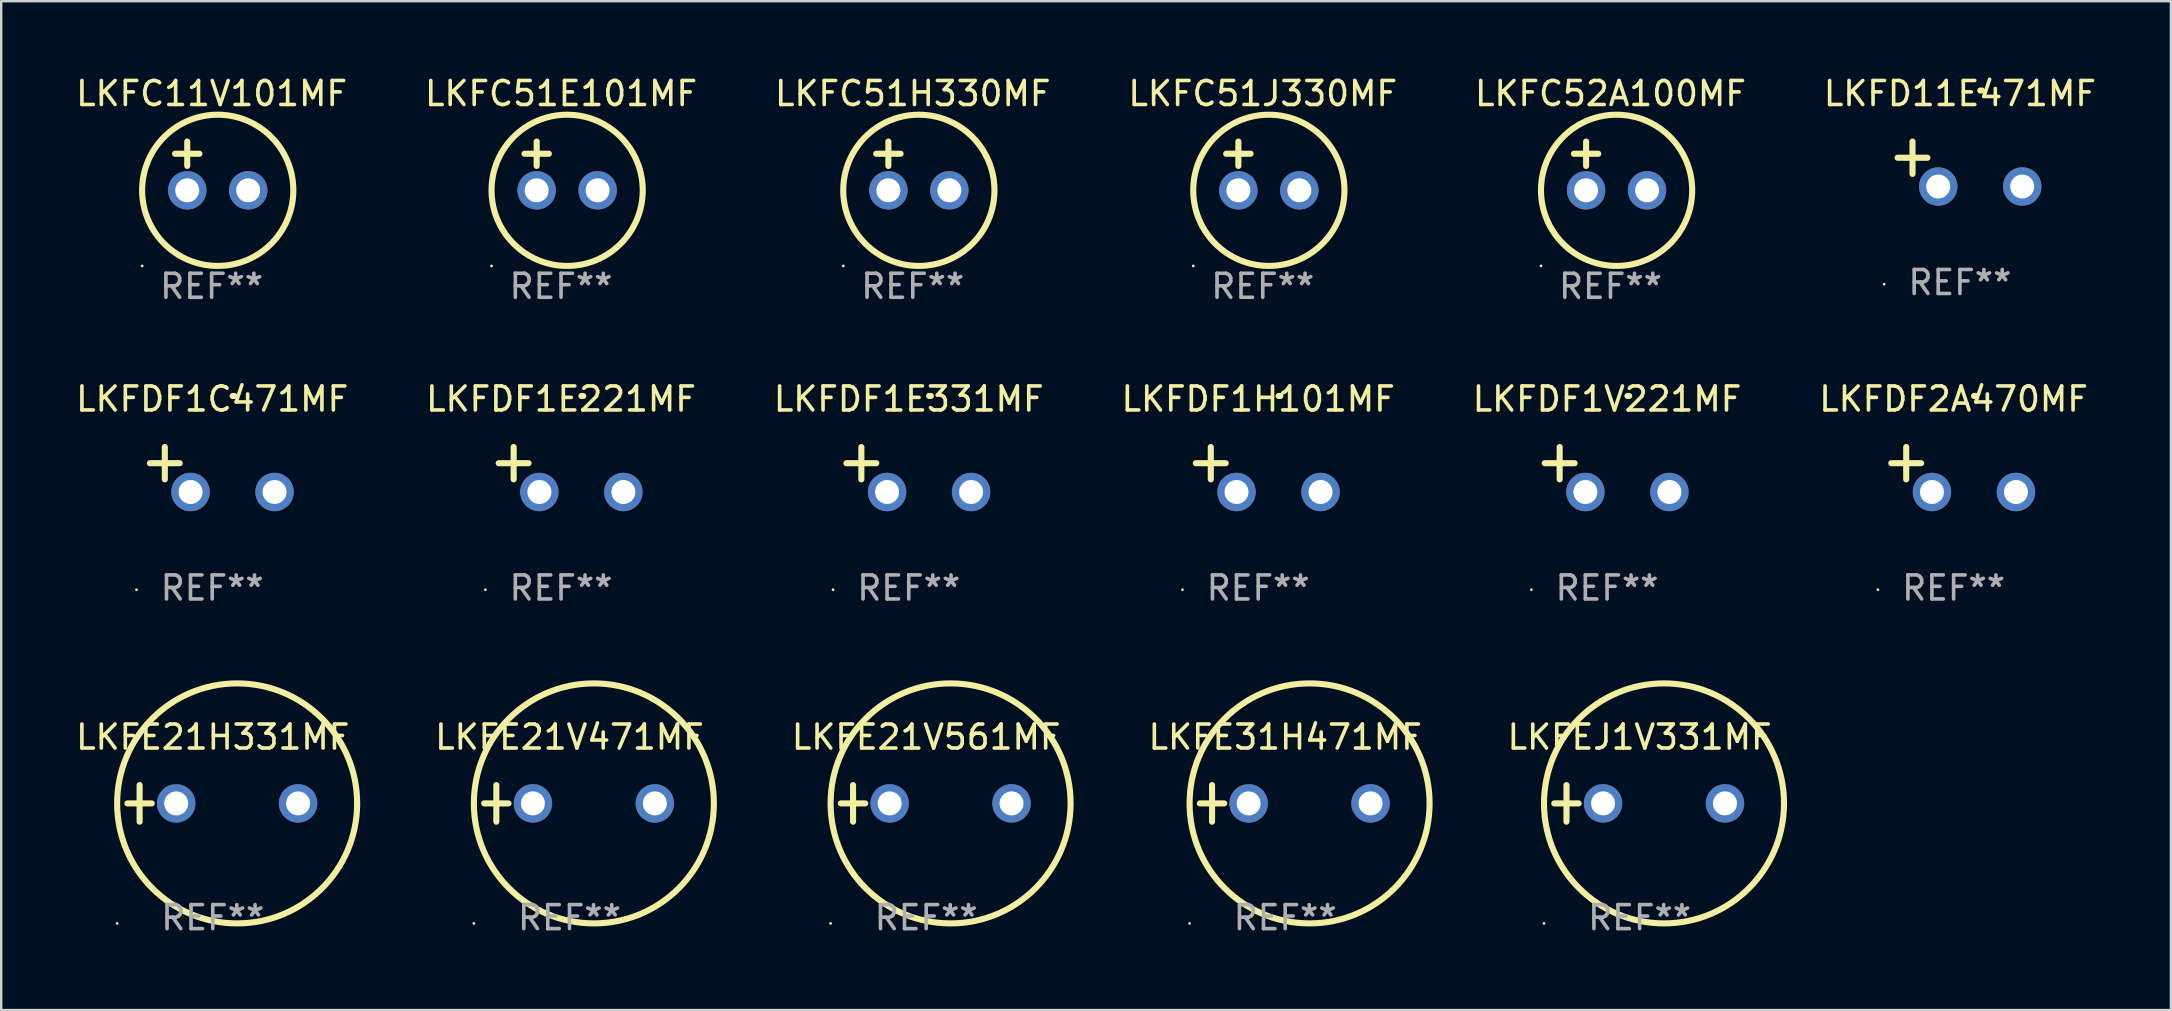
<source format=kicad_pcb>
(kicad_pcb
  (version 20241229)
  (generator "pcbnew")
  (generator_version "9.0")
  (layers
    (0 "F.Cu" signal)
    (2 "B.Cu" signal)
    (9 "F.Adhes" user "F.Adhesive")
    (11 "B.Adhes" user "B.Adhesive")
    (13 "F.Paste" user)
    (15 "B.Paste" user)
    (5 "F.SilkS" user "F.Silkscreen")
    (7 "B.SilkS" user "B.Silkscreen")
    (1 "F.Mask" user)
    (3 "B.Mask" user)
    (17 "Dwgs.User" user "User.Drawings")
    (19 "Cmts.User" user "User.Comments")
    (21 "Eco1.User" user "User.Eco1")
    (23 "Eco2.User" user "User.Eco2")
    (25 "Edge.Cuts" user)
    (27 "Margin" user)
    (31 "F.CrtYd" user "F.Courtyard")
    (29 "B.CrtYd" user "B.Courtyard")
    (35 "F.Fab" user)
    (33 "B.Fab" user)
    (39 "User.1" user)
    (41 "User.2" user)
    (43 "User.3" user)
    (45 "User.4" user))
  (footprint "LKFE21V561MF"
    (layer "F.Cu")
    (at 35.542 30.425)
    (property "Reference" "LKFE21V561MF" (at 0 -2.762 0) (layer "F.SilkS") (effects (font (size 1 1) (thickness 0.15))))
    (attr through_hole)
    (fp_line (start -3.556 0) (end -2.54 0) (stroke (width 0.254) (type solid)) (layer "F.SilkS"))
    (fp_line (start -3.048 -0.762) (end -3.048 0.762) (stroke (width 0.254) (type solid)) (layer "F.SilkS"))
    (fp_circle (center -3.984 5) (end -3.954 5) (stroke (width 0.06) (type solid)) (fill no) (layer "F.SilkS"))
    (fp_circle (center 1.016 0) (end 6.016 0) (stroke (width 0.254) (type solid)) (fill no) (layer "F.SilkS"))
    (fp_text user "REF**" (at 0 4.762 0) (layer "F.Fab") (effects (font (size 1 1) (thickness 0.15))))
    (pad "1" thru_hole circle (at -1.524 0) (size 1.6 1.6) (drill 1) (layers "*.Cu" "*.Mask"))
    (pad "2" thru_hole circle (at 3.556 0) (size 1.6 1.6) (drill 1) (layers "*.Cu" "*.Mask")))
  (footprint "LKFC51E101MF"
    (layer "F.Cu")
    (at 20.327 3.864)
    (property "Reference" "LKFC51E101MF" (at 0 -3.016 0) (layer "F.SilkS") (effects (font (size 1 1) (thickness 0.15))))
    (attr through_hole)
    (fp_line (start -1.524 -0.508) (end -0.508 -0.508) (stroke (width 0.254) (type solid)) (layer "F.SilkS"))
    (fp_line (start -1.016 -1.016) (end -1.016 0) (stroke (width 0.254) (type solid)) (layer "F.SilkS"))
    (fp_circle (center -2.896 4.166) (end -2.866 4.166) (stroke (width 0.06) (type solid)) (fill no) (layer "F.SilkS"))
    (fp_circle (center 0.254 1.016) (end 3.404 1.016) (stroke (width 0.254) (type solid)) (fill no) (layer "F.SilkS"))
    (fp_text user "REF**" (at 0 5.016 0) (layer "F.Fab") (effects (font (size 1 1) (thickness 0.15))))
    (pad "1" thru_hole circle (at -1.016 1.016) (size 1.6 1.6) (drill 1) (layers "*.Cu" "*.Mask"))
    (pad "2" thru_hole circle (at 1.524 1.016) (size 1.6 1.6) (drill 1) (layers "*.Cu" "*.Mask")))
  (footprint "LKFDF1H101MF"
    (layer "F.Cu")
    (at 49.375 16.513)
    (property "Reference" "LKFDF1H101MF" (at 0 -2.937 0) (layer "F.SilkS") (effects (font (size 1 1) (thickness 0.15))))
    (attr through_hole)
    (fp_line (start -1.975 0.41) (end -1.975 -0.937) (stroke (width 0.254) (type solid)) (layer "F.SilkS"))
    (fp_line (start -1.353 -0.263) (end -2.597 -0.263) (stroke (width 0.254) (type solid)) (layer "F.SilkS"))
    (fp_arc (start 0.849809 -3.063957) (mid 0.885369 -3.064114) (end 0.920929 -3.063957) (stroke (width 0.254001) (type solid)) (layer "F.SilkS"))
    (fp_circle (center -3.154 5.008) (end -3.124 5.008) (stroke (width 0.06) (type solid)) (fill no) (layer "F.SilkS"))
    (fp_text user "REF**" (at 0 4.937 0) (layer "F.Fab") (effects (font (size 1 1) (thickness 0.15))))
    (pad "1" thru_hole circle (at -0.903 0.937) (size 1.6 1.6) (drill 1) (layers "*.Cu" "*.Mask"))
    (pad "2" thru_hole circle (at 2.597 0.937) (size 1.6 1.6) (drill 1) (layers "*.Cu" "*.Mask")))
  (footprint "LKFE21V471MF"
    (layer "F.Cu")
    (at 20.679 30.425)
    (property "Reference" "LKFE21V471MF" (at 0 -2.762 0) (layer "F.SilkS") (effects (font (size 1 1) (thickness 0.15))))
    (attr through_hole)
    (fp_line (start -3.556 0) (end -2.54 0) (stroke (width 0.254) (type solid)) (layer "F.SilkS"))
    (fp_line (start -3.048 -0.762) (end -3.048 0.762) (stroke (width 0.254) (type solid)) (layer "F.SilkS"))
    (fp_circle (center -3.984 5) (end -3.954 5) (stroke (width 0.06) (type solid)) (fill no) (layer "F.SilkS"))
    (fp_circle (center 1.016 0) (end 6.016 0) (stroke (width 0.254) (type solid)) (fill no) (layer "F.SilkS"))
    (fp_text user "REF**" (at 0 4.762 0) (layer "F.Fab") (effects (font (size 1 1) (thickness 0.15))))
    (pad "1" thru_hole circle (at -1.524 0) (size 1.6 1.6) (drill 1) (layers "*.Cu" "*.Mask"))
    (pad "2" thru_hole circle (at 3.556 0) (size 1.6 1.6) (drill 1) (layers "*.Cu" "*.Mask")))
  (footprint "LKFDF1V221MF"
    (layer "F.Cu")
    (at 63.911 16.513)
    (property "Reference" "LKFDF1V221MF" (at 0 -2.937 0) (layer "F.SilkS") (effects (font (size 1 1) (thickness 0.15))))
    (attr through_hole)
    (fp_line (start -1.975 0.41) (end -1.975 -0.937) (stroke (width 0.254) (type solid)) (layer "F.SilkS"))
    (fp_line (start -1.353 -0.263) (end -2.597 -0.263) (stroke (width 0.254) (type solid)) (layer "F.SilkS"))
    (fp_arc (start 0.849809 -3.063957) (mid 0.885369 -3.064114) (end 0.920929 -3.063957) (stroke (width 0.254001) (type solid)) (layer "F.SilkS"))
    (fp_circle (center -3.154 5.008) (end -3.124 5.008) (stroke (width 0.06) (type solid)) (fill no) (layer "F.SilkS"))
    (fp_text user "REF**" (at 0 4.937 0) (layer "F.Fab") (effects (font (size 1 1) (thickness 0.15))))
    (pad "1" thru_hole circle (at -0.903 0.937) (size 1.6 1.6) (drill 1) (layers "*.Cu" "*.Mask"))
    (pad "2" thru_hole circle (at 2.597 0.937) (size 1.6 1.6) (drill 1) (layers "*.Cu" "*.Mask")))
  (footprint "LKFC51H330MF"
    (layer "F.Cu")
    (at 34.982 3.864)
    (property "Reference" "LKFC51H330MF" (at 0 -3.016 0) (layer "F.SilkS") (effects (font (size 1 1) (thickness 0.15))))
    (attr through_hole)
    (fp_line (start -1.524 -0.508) (end -0.508 -0.508) (stroke (width 0.254) (type solid)) (layer "F.SilkS"))
    (fp_line (start -1.016 -1.016) (end -1.016 0) (stroke (width 0.254) (type solid)) (layer "F.SilkS"))
    (fp_circle (center -2.896 4.166) (end -2.866 4.166) (stroke (width 0.06) (type solid)) (fill no) (layer "F.SilkS"))
    (fp_circle (center 0.254 1.016) (end 3.404 1.016) (stroke (width 0.254) (type solid)) (fill no) (layer "F.SilkS"))
    (fp_text user "REF**" (at 0 5.016 0) (layer "F.Fab") (effects (font (size 1 1) (thickness 0.15))))
    (pad "1" thru_hole circle (at -1.016 1.016) (size 1.6 1.6) (drill 1) (layers "*.Cu" "*.Mask"))
    (pad "2" thru_hole circle (at 1.524 1.016) (size 1.6 1.6) (drill 1) (layers "*.Cu" "*.Mask")))
  (footprint "LKFE31H471MF"
    (layer "F.Cu")
    (at 50.5 30.425)
    (property "Reference" "LKFE31H471MF" (at 0 -2.762 0) (layer "F.SilkS") (effects (font (size 1 1) (thickness 0.15))))
    (attr through_hole)
    (fp_line (start -3.556 0) (end -2.54 0) (stroke (width 0.254) (type solid)) (layer "F.SilkS"))
    (fp_line (start -3.048 -0.762) (end -3.048 0.762) (stroke (width 0.254) (type solid)) (layer "F.SilkS"))
    (fp_circle (center -3.984 5) (end -3.954 5) (stroke (width 0.06) (type solid)) (fill no) (layer "F.SilkS"))
    (fp_circle (center 1.016 0) (end 6.016 0) (stroke (width 0.254) (type solid)) (fill no) (layer "F.SilkS"))
    (fp_text user "REF**" (at 0 4.762 0) (layer "F.Fab") (effects (font (size 1 1) (thickness 0.15))))
    (pad "1" thru_hole circle (at -1.524 0) (size 1.6 1.6) (drill 1) (layers "*.Cu" "*.Mask"))
    (pad "2" thru_hole circle (at 3.556 0) (size 1.6 1.6) (drill 1) (layers "*.Cu" "*.Mask")))
  (footprint "LKFDF1C471MF"
    (layer "F.Cu")
    (at 5.792 16.513)
    (property "Reference" "LKFDF1C471MF" (at 0 -2.937 0) (layer "F.SilkS") (effects (font (size 1 1) (thickness 0.15))))
    (attr through_hole)
    (fp_line (start -1.975 0.41) (end -1.975 -0.937) (stroke (width 0.254) (type solid)) (layer "F.SilkS"))
    (fp_line (start -1.353 -0.263) (end -2.597 -0.263) (stroke (width 0.254) (type solid)) (layer "F.SilkS"))
    (fp_arc (start 0.849809 -3.063957) (mid 0.885369 -3.064114) (end 0.920929 -3.063957) (stroke (width 0.254001) (type solid)) (layer "F.SilkS"))
    (fp_circle (center -3.154 5.008) (end -3.124 5.008) (stroke (width 0.06) (type solid)) (fill no) (layer "F.SilkS"))
    (fp_text user "REF**" (at 0 4.937 0) (layer "F.Fab") (effects (font (size 1 1) (thickness 0.15))))
    (pad "1" thru_hole circle (at -0.903 0.937) (size 1.6 1.6) (drill 1) (layers "*.Cu" "*.Mask"))
    (pad "2" thru_hole circle (at 2.597 0.937) (size 1.6 1.6) (drill 1) (layers "*.Cu" "*.Mask")))
  (footprint "LKFC52A100MF"
    (layer "F.Cu")
    (at 64.054 3.864)
    (property "Reference" "LKFC52A100MF" (at 0 -3.016 0) (layer "F.SilkS") (effects (font (size 1 1) (thickness 0.15))))
    (attr through_hole)
    (fp_line (start -1.524 -0.508) (end -0.508 -0.508) (stroke (width 0.254) (type solid)) (layer "F.SilkS"))
    (fp_line (start -1.016 -1.016) (end -1.016 0) (stroke (width 0.254) (type solid)) (layer "F.SilkS"))
    (fp_circle (center -2.896 4.166) (end -2.866 4.166) (stroke (width 0.06) (type solid)) (fill no) (layer "F.SilkS"))
    (fp_circle (center 0.254 1.016) (end 3.404 1.016) (stroke (width 0.254) (type solid)) (fill no) (layer "F.SilkS"))
    (fp_text user "REF**" (at 0 5.016 0) (layer "F.Fab") (effects (font (size 1 1) (thickness 0.15))))
    (pad "1" thru_hole circle (at -1.016 1.016) (size 1.6 1.6) (drill 1) (layers "*.Cu" "*.Mask"))
    (pad "2" thru_hole circle (at 1.524 1.016) (size 1.6 1.6) (drill 1) (layers "*.Cu" "*.Mask")))
  (footprint "LKFDF1E221MF"
    (layer "F.Cu")
    (at 20.327 16.513)
    (property "Reference" "LKFDF1E221MF" (at 0 -2.937 0) (layer "F.SilkS") (effects (font (size 1 1) (thickness 0.15))))
    (attr through_hole)
    (fp_line (start -1.975 0.41) (end -1.975 -0.937) (stroke (width 0.254) (type solid)) (layer "F.SilkS"))
    (fp_line (start -1.353 -0.263) (end -2.597 -0.263) (stroke (width 0.254) (type solid)) (layer "F.SilkS"))
    (fp_arc (start 0.849809 -3.063957) (mid 0.885369 -3.064114) (end 0.920929 -3.063957) (stroke (width 0.254001) (type solid)) (layer "F.SilkS"))
    (fp_circle (center -3.154 5.008) (end -3.124 5.008) (stroke (width 0.06) (type solid)) (fill no) (layer "F.SilkS"))
    (fp_text user "REF**" (at 0 4.937 0) (layer "F.Fab") (effects (font (size 1 1) (thickness 0.15))))
    (pad "1" thru_hole circle (at -0.903 0.937) (size 1.6 1.6) (drill 1) (layers "*.Cu" "*.Mask"))
    (pad "2" thru_hole circle (at 2.597 0.937) (size 1.6 1.6) (drill 1) (layers "*.Cu" "*.Mask")))
  (footprint "LKFDF1E331MF"
    (layer "F.Cu")
    (at 34.815 16.513)
    (property "Reference" "LKFDF1E331MF" (at 0 -2.937 0) (layer "F.SilkS") (effects (font (size 1 1) (thickness 0.15))))
    (attr through_hole)
    (fp_line (start -1.975 0.41) (end -1.975 -0.937) (stroke (width 0.254) (type solid)) (layer "F.SilkS"))
    (fp_line (start -1.353 -0.263) (end -2.597 -0.263) (stroke (width 0.254) (type solid)) (layer "F.SilkS"))
    (fp_arc (start 0.849809 -3.063957) (mid 0.885369 -3.064114) (end 0.920929 -3.063957) (stroke (width 0.254001) (type solid)) (layer "F.SilkS"))
    (fp_circle (center -3.154 5.008) (end -3.124 5.008) (stroke (width 0.06) (type solid)) (fill no) (layer "F.SilkS"))
    (fp_text user "REF**" (at 0 4.937 0) (layer "F.Fab") (effects (font (size 1 1) (thickness 0.15))))
    (pad "1" thru_hole circle (at -0.903 0.937) (size 1.6 1.6) (drill 1) (layers "*.Cu" "*.Mask"))
    (pad "2" thru_hole circle (at 2.597 0.937) (size 1.6 1.6) (drill 1) (layers "*.Cu" "*.Mask")))
  (footprint "LKFEJ1V331MF"
    (layer "F.Cu")
    (at 65.268 30.425)
    (property "Reference" "LKFEJ1V331MF" (at 0 -2.762 0) (layer "F.SilkS") (effects (font (size 1 1) (thickness 0.15))))
    (attr through_hole)
    (fp_line (start -3.556 0) (end -2.54 0) (stroke (width 0.254) (type solid)) (layer "F.SilkS"))
    (fp_line (start -3.048 -0.762) (end -3.048 0.762) (stroke (width 0.254) (type solid)) (layer "F.SilkS"))
    (fp_circle (center -3.984 5) (end -3.954 5) (stroke (width 0.06) (type solid)) (fill no) (layer "F.SilkS"))
    (fp_circle (center 1.016 0) (end 6.016 0) (stroke (width 0.254) (type solid)) (fill no) (layer "F.SilkS"))
    (fp_text user "REF**" (at 0 4.762 0) (layer "F.Fab") (effects (font (size 1 1) (thickness 0.15))))
    (pad "1" thru_hole circle (at -1.524 0) (size 1.6 1.6) (drill 1) (layers "*.Cu" "*.Mask"))
    (pad "2" thru_hole circle (at 3.556 0) (size 1.6 1.6) (drill 1) (layers "*.Cu" "*.Mask")))
  (footprint "LKFC11V101MF"
    (layer "F.Cu")
    (at 5.768 3.864)
    (property "Reference" "LKFC11V101MF" (at 0 -3.016 0) (layer "F.SilkS") (effects (font (size 1 1) (thickness 0.15))))
    (attr through_hole)
    (fp_line (start -1.524 -0.508) (end -0.508 -0.508) (stroke (width 0.254) (type solid)) (layer "F.SilkS"))
    (fp_line (start -1.016 -1.016) (end -1.016 0) (stroke (width 0.254) (type solid)) (layer "F.SilkS"))
    (fp_circle (center -2.896 4.166) (end -2.866 4.166) (stroke (width 0.06) (type solid)) (fill no) (layer "F.SilkS"))
    (fp_circle (center 0.254 1.016) (end 3.404 1.016) (stroke (width 0.254) (type solid)) (fill no) (layer "F.SilkS"))
    (fp_text user "REF**" (at 0 5.016 0) (layer "F.Fab") (effects (font (size 1 1) (thickness 0.15))))
    (pad "1" thru_hole circle (at -1.016 1.016) (size 1.6 1.6) (drill 1) (layers "*.Cu" "*.Mask"))
    (pad "2" thru_hole circle (at 1.524 1.016) (size 1.6 1.6) (drill 1) (layers "*.Cu" "*.Mask")))
  (footprint "LKFD11E471MF"
    (layer "F.Cu")
    (at 78.613 3.785)
    (property "Reference" "LKFD11E471MF" (at 0 -2.937 0) (layer "F.SilkS") (effects (font (size 1 1) (thickness 0.15))))
    (attr through_hole)
    (fp_line (start -1.975 0.41) (end -1.975 -0.937) (stroke (width 0.254) (type solid)) (layer "F.SilkS"))
    (fp_line (start -1.353 -0.263) (end -2.597 -0.263) (stroke (width 0.254) (type solid)) (layer "F.SilkS"))
    (fp_arc (start 0.849809 -3.063957) (mid 0.885369 -3.064114) (end 0.920929 -3.063957) (stroke (width 0.254001) (type solid)) (layer "F.SilkS"))
    (fp_circle (center -3.154 5.008) (end -3.124 5.008) (stroke (width 0.06) (type solid)) (fill no) (layer "F.SilkS"))
    (fp_text user "REF**" (at 0 4.937 0) (layer "F.Fab") (effects (font (size 1 1) (thickness 0.15))))
    (pad "1" thru_hole circle (at -0.903 0.937) (size 1.6 1.6) (drill 1) (layers "*.Cu" "*.Mask"))
    (pad "2" thru_hole circle (at 2.597 0.937) (size 1.6 1.6) (drill 1) (layers "*.Cu" "*.Mask")))
  (footprint "LKFE21H331MF"
    (layer "F.Cu")
    (at 5.815 30.425)
    (property "Reference" "LKFE21H331MF" (at 0 -2.762 0) (layer "F.SilkS") (effects (font (size 1 1) (thickness 0.15))))
    (attr through_hole)
    (fp_line (start -3.556 0) (end -2.54 0) (stroke (width 0.254) (type solid)) (layer "F.SilkS"))
    (fp_line (start -3.048 -0.762) (end -3.048 0.762) (stroke (width 0.254) (type solid)) (layer "F.SilkS"))
    (fp_circle (center -3.984 5) (end -3.954 5) (stroke (width 0.06) (type solid)) (fill no) (layer "F.SilkS"))
    (fp_circle (center 1.016 0) (end 6.016 0) (stroke (width 0.254) (type solid)) (fill no) (layer "F.SilkS"))
    (fp_text user "REF**" (at 0 4.762 0) (layer "F.Fab") (effects (font (size 1 1) (thickness 0.15))))
    (pad "1" thru_hole circle (at -1.524 0) (size 1.6 1.6) (drill 1) (layers "*.Cu" "*.Mask"))
    (pad "2" thru_hole circle (at 3.556 0) (size 1.6 1.6) (drill 1) (layers "*.Cu" "*.Mask")))
  (footprint "LKFDF2A470MF"
    (layer "F.Cu")
    (at 78.351 16.513)
    (property "Reference" "LKFDF2A470MF" (at 0 -2.937 0) (layer "F.SilkS") (effects (font (size 1 1) (thickness 0.15))))
    (attr through_hole)
    (fp_line (start -1.975 0.41) (end -1.975 -0.937) (stroke (width 0.254) (type solid)) (layer "F.SilkS"))
    (fp_line (start -1.353 -0.263) (end -2.597 -0.263) (stroke (width 0.254) (type solid)) (layer "F.SilkS"))
    (fp_arc (start 0.849809 -3.063957) (mid 0.885369 -3.064114) (end 0.920929 -3.063957) (stroke (width 0.254001) (type solid)) (layer "F.SilkS"))
    (fp_circle (center -3.154 5.008) (end -3.124 5.008) (stroke (width 0.06) (type solid)) (fill no) (layer "F.SilkS"))
    (fp_text user "REF**" (at 0 4.937 0) (layer "F.Fab") (effects (font (size 1 1) (thickness 0.15))))
    (pad "1" thru_hole circle (at -0.903 0.937) (size 1.6 1.6) (drill 1) (layers "*.Cu" "*.Mask"))
    (pad "2" thru_hole circle (at 2.597 0.937) (size 1.6 1.6) (drill 1) (layers "*.Cu" "*.Mask")))
  (footprint "LKFC51J330MF"
    (layer "F.Cu")
    (at 49.565 3.864)
    (property "Reference" "LKFC51J330MF" (at 0 -3.016 0) (layer "F.SilkS") (effects (font (size 1 1) (thickness 0.15))))
    (attr through_hole)
    (fp_line (start -1.524 -0.508) (end -0.508 -0.508) (stroke (width 0.254) (type solid)) (layer "F.SilkS"))
    (fp_line (start -1.016 -1.016) (end -1.016 0) (stroke (width 0.254) (type solid)) (layer "F.SilkS"))
    (fp_circle (center -2.896 4.166) (end -2.866 4.166) (stroke (width 0.06) (type solid)) (fill no) (layer "F.SilkS"))
    (fp_circle (center 0.254 1.016) (end 3.404 1.016) (stroke (width 0.254) (type solid)) (fill no) (layer "F.SilkS"))
    (fp_text user "REF**" (at 0 5.016 0) (layer "F.Fab") (effects (font (size 1 1) (thickness 0.15))))
    (pad "1" thru_hole circle (at -1.016 1.016) (size 1.6 1.6) (drill 1) (layers "*.Cu" "*.Mask"))
    (pad "2" thru_hole circle (at 1.524 1.016) (size 1.6 1.6) (drill 1) (layers "*.Cu" "*.Mask")))
  (gr_rect
    (start -3 -3)
    (end 87.405 39.035)
    (stroke (width 0.1) (type default))
    (fill no)
    (layer "Edge.Cuts")))
</source>
